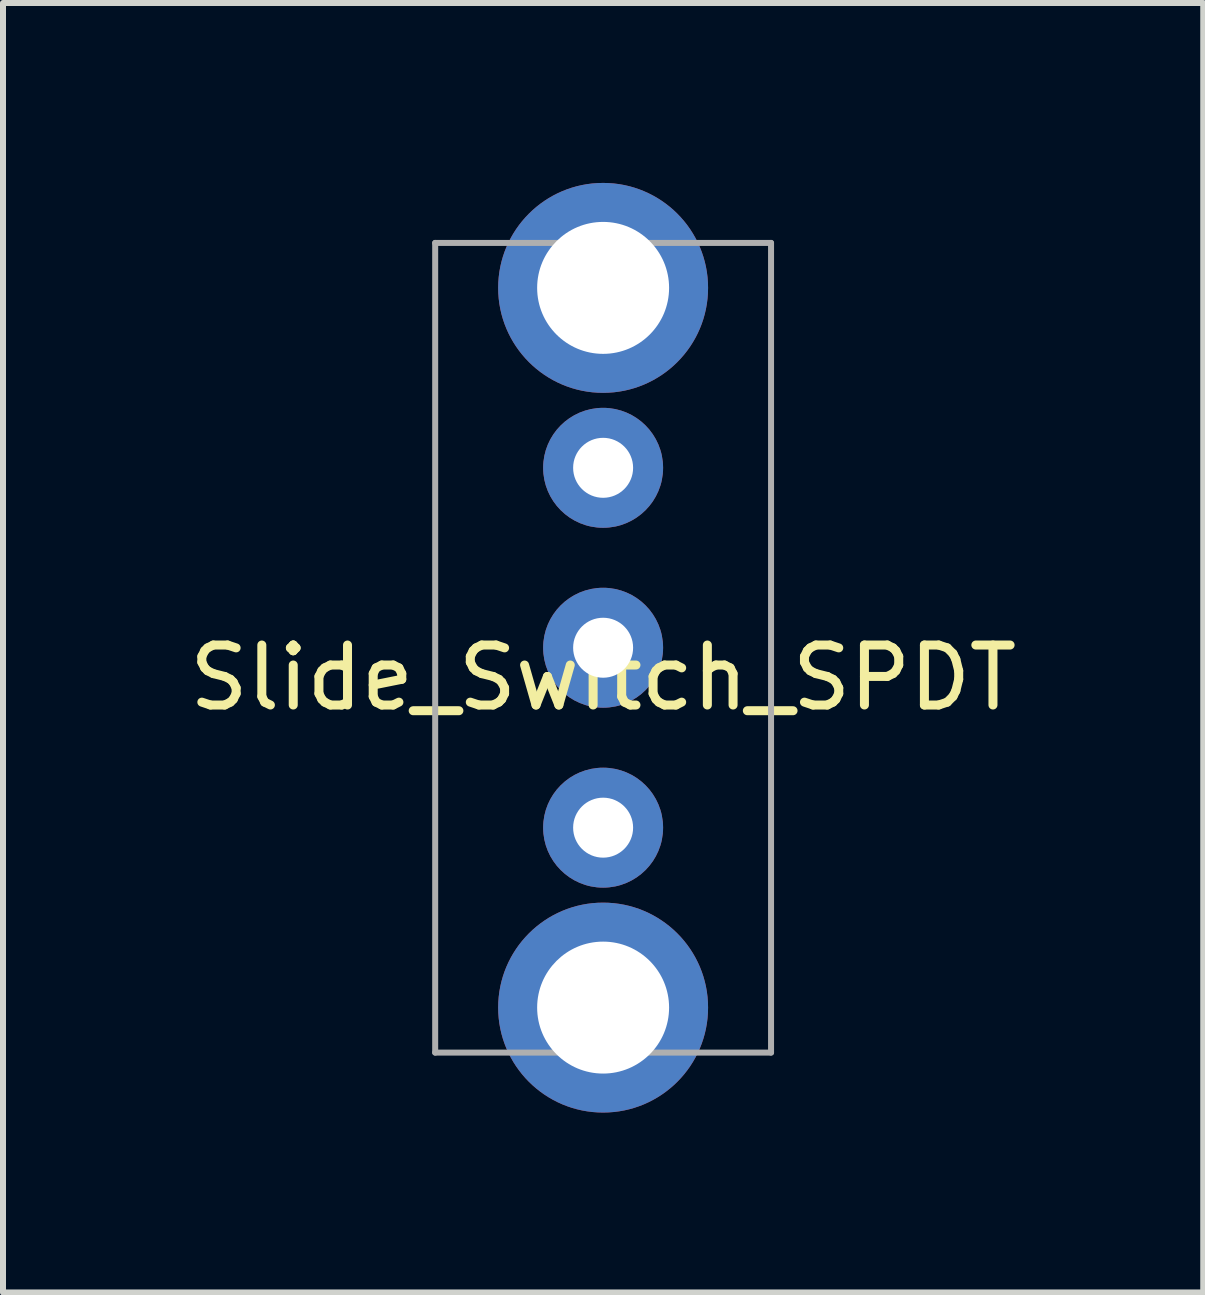
<source format=kicad_pcb>
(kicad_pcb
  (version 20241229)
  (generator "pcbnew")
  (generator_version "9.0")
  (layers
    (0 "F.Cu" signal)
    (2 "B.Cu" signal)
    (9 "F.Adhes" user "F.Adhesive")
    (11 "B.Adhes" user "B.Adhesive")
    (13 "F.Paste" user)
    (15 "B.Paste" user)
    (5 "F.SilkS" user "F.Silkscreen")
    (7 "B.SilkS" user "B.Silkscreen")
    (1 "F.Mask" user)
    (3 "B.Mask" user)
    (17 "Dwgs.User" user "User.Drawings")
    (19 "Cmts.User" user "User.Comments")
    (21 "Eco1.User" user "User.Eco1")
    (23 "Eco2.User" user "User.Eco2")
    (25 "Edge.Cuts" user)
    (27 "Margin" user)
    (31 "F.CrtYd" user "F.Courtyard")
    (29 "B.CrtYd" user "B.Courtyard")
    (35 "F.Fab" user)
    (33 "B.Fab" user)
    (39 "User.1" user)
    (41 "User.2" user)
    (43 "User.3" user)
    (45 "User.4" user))
  (footprint "Slide_Switch_SPDT"
    (layer "F.Cu")
    (at 7.006 7.75)
    (property "Reference" "Slide_Switch_SPDT" (at 0 0.5 0) (layer "F.SilkS") (effects (font (size 1 1) (thickness 0.15))))
    (attr through_hole)
    (fp_line (start -2.8 -6.75) (end -2.8 6.75) (stroke (width 0.1) (type solid)) (layer "F.Fab"))
    (fp_line (start -2.8 6.75) (end 2.8 6.75) (stroke (width 0.1) (type solid)) (layer "F.Fab"))
    (fp_line (start 2.8 -6.75) (end -2.8 -6.75) (stroke (width 0.1) (type solid)) (layer "F.Fab"))
    (fp_line (start 2.8 6.75) (end 2.8 -6.75) (stroke (width 0.1) (type solid)) (layer "F.Fab"))
    (pad "1" thru_hole circle (at 0 0) (size 2 2) (drill 1) (layers "*.Cu" "*.Mask"))
    (pad "2" thru_hole circle (at 0 -3) (size 2 2) (drill 1) (layers "*.Cu" "*.Mask"))
    (pad "3" thru_hole circle (at 0 3) (size 2 2) (drill 1) (layers "*.Cu" "*.Mask"))
    (pad "MH" thru_hole circle (at 0 -6) (size 3.5 3.5) (drill 2.2) (layers "*.Cu" "*.Mask"))
    (pad "MH" thru_hole circle (at 0 6) (size 3.5 3.5) (drill 2.2) (layers "*.Cu" "*.Mask")))
  (gr_rect
    (start -3 -3)
    (end 17.012 18.5)
    (stroke (width 0.1) (type default))
    (fill no)
    (layer "Edge.Cuts")))
</source>
